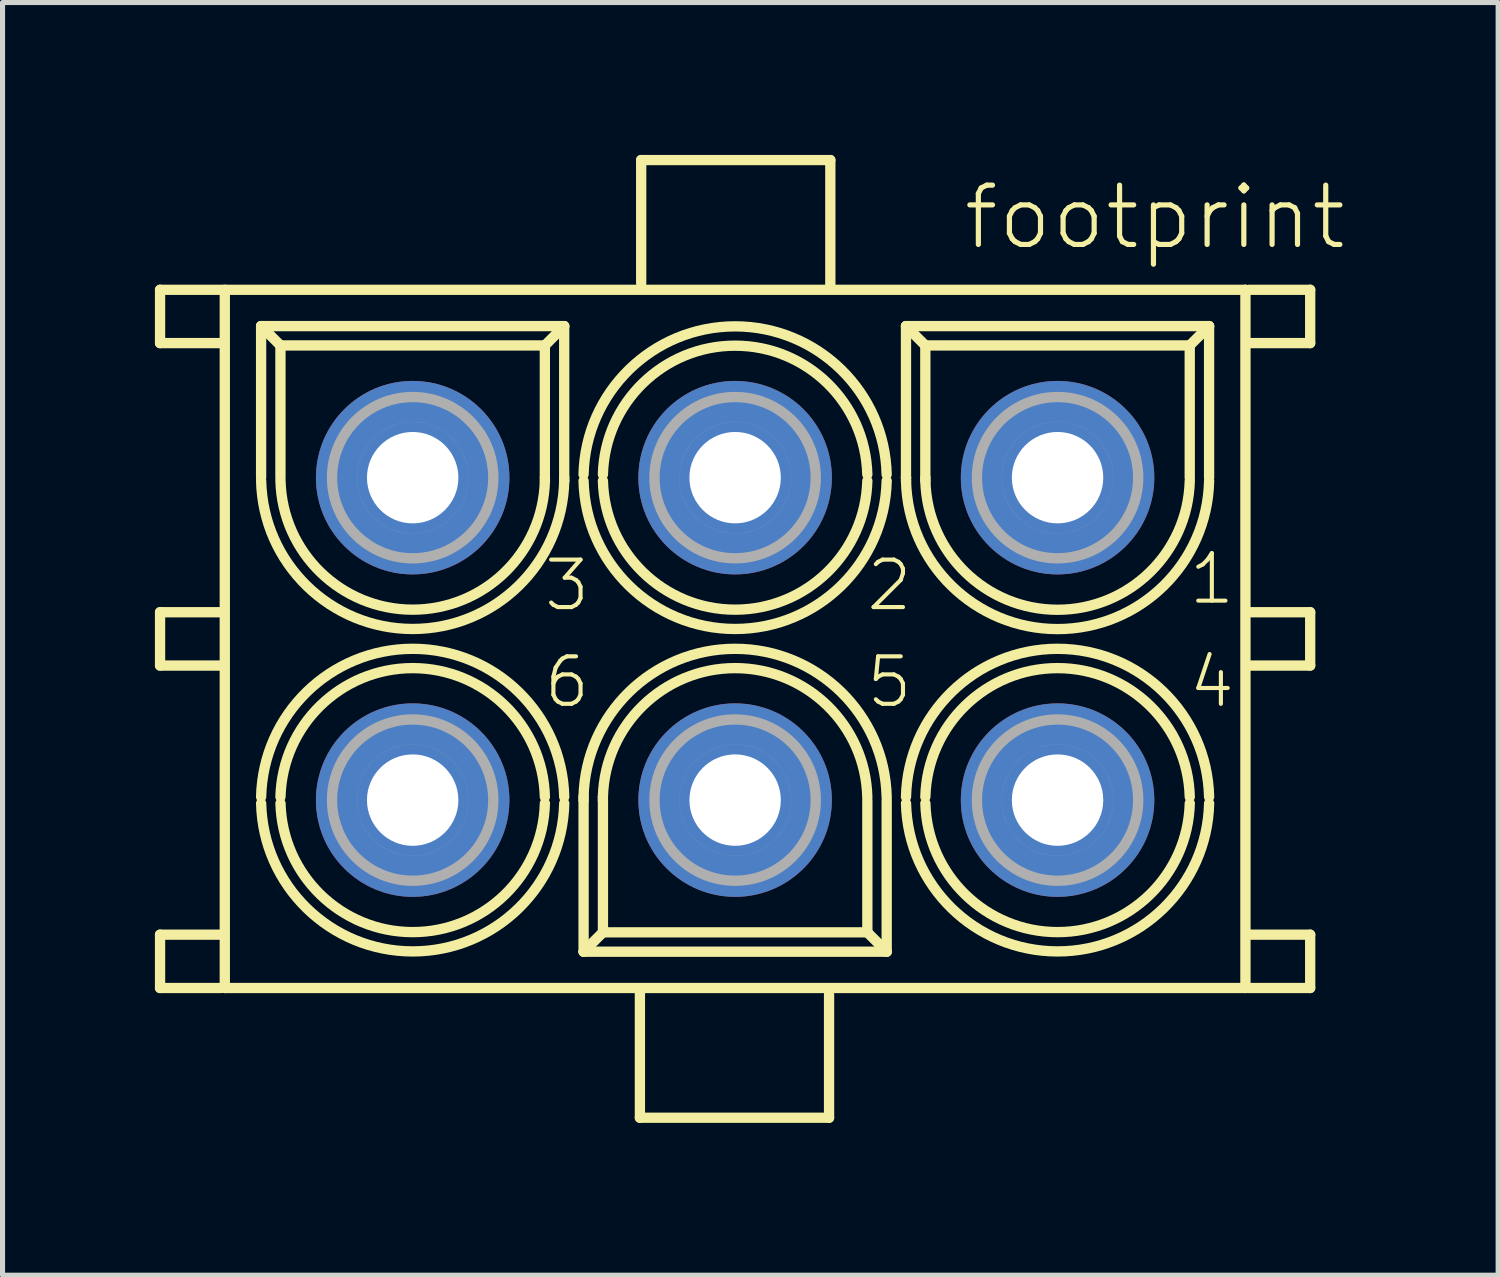
<source format=kicad_pcb>
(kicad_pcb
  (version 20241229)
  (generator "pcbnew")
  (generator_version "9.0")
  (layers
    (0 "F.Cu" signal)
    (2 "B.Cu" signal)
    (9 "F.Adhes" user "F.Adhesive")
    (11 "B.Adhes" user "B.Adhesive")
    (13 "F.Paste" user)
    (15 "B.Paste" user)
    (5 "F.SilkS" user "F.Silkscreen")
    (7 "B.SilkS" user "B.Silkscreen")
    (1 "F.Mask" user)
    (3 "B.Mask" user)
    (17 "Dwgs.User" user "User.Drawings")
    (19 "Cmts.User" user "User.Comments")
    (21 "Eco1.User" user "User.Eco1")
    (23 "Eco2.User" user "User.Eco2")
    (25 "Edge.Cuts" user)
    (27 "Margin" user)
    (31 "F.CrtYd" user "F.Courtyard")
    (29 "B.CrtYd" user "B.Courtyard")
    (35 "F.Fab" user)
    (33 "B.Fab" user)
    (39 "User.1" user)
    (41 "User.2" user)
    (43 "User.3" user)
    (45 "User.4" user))
  (footprint "footprint"
    (layer "F.Cu")
    (at 11.427 9.532)
    (property "Reference" "footprint" (at 4.445 -7.62 0) (layer "F.SilkS") (effects (font (size 1.168 1.168) (thickness 0.102)) (justify left bottom)))
    (fp_line (start -11.325 -6.875) (end -11.325 -5.825) (stroke (width 0.203) (type solid)) (layer "F.SilkS"))
    (fp_line (start -11.325 -5.825) (end -10.125 -5.825) (stroke (width 0.203) (type solid)) (layer "F.SilkS"))
    (fp_line (start -11.325 -0.525) (end -11.325 0.525) (stroke (width 0.203) (type solid)) (layer "F.SilkS"))
    (fp_line (start -11.325 0.525) (end -10.125 0.525) (stroke (width 0.203) (type solid)) (layer "F.SilkS"))
    (fp_line (start -11.325 5.825) (end -11.325 6.875) (stroke (width 0.203) (type solid)) (layer "F.SilkS"))
    (fp_line (start -11.325 6.875) (end -10.125 6.875) (stroke (width 0.203) (type solid)) (layer "F.SilkS"))
    (fp_line (start -10.1 -6.875) (end -11.325 -6.875) (stroke (width 0.203) (type solid)) (layer "F.SilkS"))
    (fp_line (start -10.1 -0.525) (end -11.325 -0.525) (stroke (width 0.203) (type solid)) (layer "F.SilkS"))
    (fp_line (start -10.1 5.825) (end -11.325 5.825) (stroke (width 0.203) (type solid)) (layer "F.SilkS"))
    (fp_line (start -10.05 -6.875) (end 10.05 -6.875) (stroke (width 0.203) (type solid)) (layer "F.SilkS"))
    (fp_line (start -10.05 6.875) (end -10.05 -6.875) (stroke (width 0.203) (type solid)) (layer "F.SilkS"))
    (fp_line (start -9.335 -6.16) (end -3.366 -6.16) (stroke (width 0.203) (type solid)) (layer "F.SilkS"))
    (fp_line (start -9.335 -3.175) (end -9.335 -6.16) (stroke (width 0.203) (type solid)) (layer "F.SilkS"))
    (fp_line (start -8.954 -5.779) (end -9.335 -6.16) (stroke (width 0.203) (type solid)) (layer "F.SilkS"))
    (fp_line (start -8.954 -5.779) (end -3.747 -5.779) (stroke (width 0.203) (type solid)) (layer "F.SilkS"))
    (fp_line (start -8.954 -3.175) (end -8.954 -5.779) (stroke (width 0.203) (type solid)) (layer "F.SilkS"))
    (fp_line (start -3.747 -5.779) (end -3.747 -3.175) (stroke (width 0.203) (type solid)) (layer "F.SilkS"))
    (fp_line (start -3.747 -5.779) (end -3.366 -6.16) (stroke (width 0.203) (type solid)) (layer "F.SilkS"))
    (fp_line (start -3.746 -3.175) (end -3.746 -3.111) (stroke (width 0.203) (type solid)) (layer "F.SilkS"))
    (fp_line (start -3.366 -6.16) (end -3.366 -3.175) (stroke (width 0.203) (type solid)) (layer "F.SilkS"))
    (fp_line (start -3.365 -3.175) (end -3.365 -3.111) (stroke (width 0.203) (type solid)) (layer "F.SilkS"))
    (fp_line (start -2.985 3.175) (end -2.985 3.111) (stroke (width 0.203) (type solid)) (layer "F.SilkS"))
    (fp_line (start -2.984 6.16) (end -2.984 3.175) (stroke (width 0.203) (type solid)) (layer "F.SilkS"))
    (fp_line (start -2.604 3.175) (end -2.604 3.111) (stroke (width 0.203) (type solid)) (layer "F.SilkS"))
    (fp_line (start -2.603 5.779) (end -2.984 6.16) (stroke (width 0.203) (type solid)) (layer "F.SilkS"))
    (fp_line (start -2.603 5.779) (end -2.603 3.175) (stroke (width 0.203) (type solid)) (layer "F.SilkS"))
    (fp_line (start -1.875 6.98) (end -1.875 9.43) (stroke (width 0.203) (type solid)) (layer "F.SilkS"))
    (fp_line (start -1.875 9.43) (end 1.85 9.43) (stroke (width 0.203) (type solid)) (layer "F.SilkS"))
    (fp_line (start -1.85 -9.43) (end -1.85 -7.005) (stroke (width 0.203) (type solid)) (layer "F.SilkS"))
    (fp_line (start 1.85 9.43) (end 1.85 7.005) (stroke (width 0.203) (type solid)) (layer "F.SilkS"))
    (fp_line (start 1.875 -9.43) (end -1.85 -9.43) (stroke (width 0.203) (type solid)) (layer "F.SilkS"))
    (fp_line (start 1.875 -6.98) (end 1.875 -9.43) (stroke (width 0.203) (type solid)) (layer "F.SilkS"))
    (fp_line (start 2.604 3.175) (end 2.604 5.779) (stroke (width 0.203) (type solid)) (layer "F.SilkS"))
    (fp_line (start 2.604 5.779) (end -2.603 5.779) (stroke (width 0.203) (type solid)) (layer "F.SilkS"))
    (fp_line (start 2.604 5.779) (end 2.985 6.16) (stroke (width 0.203) (type solid)) (layer "F.SilkS"))
    (fp_line (start 2.985 3.175) (end 2.985 6.16) (stroke (width 0.203) (type solid)) (layer "F.SilkS"))
    (fp_line (start 2.985 6.16) (end -2.984 6.16) (stroke (width 0.203) (type solid)) (layer "F.SilkS"))
    (fp_line (start 3.365 -6.16) (end 9.334 -6.16) (stroke (width 0.203) (type solid)) (layer "F.SilkS"))
    (fp_line (start 3.365 -3.175) (end 3.365 -6.16) (stroke (width 0.203) (type solid)) (layer "F.SilkS"))
    (fp_line (start 3.365 -3.175) (end 3.366 -3.175) (stroke (width 0.203) (type solid)) (layer "F.SilkS"))
    (fp_line (start 3.366 -3.111) (end 3.366 -3.175) (stroke (width 0.203) (type solid)) (layer "F.SilkS"))
    (fp_line (start 3.746 -5.779) (end 3.365 -6.16) (stroke (width 0.203) (type solid)) (layer "F.SilkS"))
    (fp_line (start 3.746 -5.779) (end 8.953 -5.779) (stroke (width 0.203) (type solid)) (layer "F.SilkS"))
    (fp_line (start 3.746 -3.175) (end 3.746 -5.779) (stroke (width 0.203) (type solid)) (layer "F.SilkS"))
    (fp_line (start 3.747 -3.111) (end 3.747 -3.175) (stroke (width 0.203) (type solid)) (layer "F.SilkS"))
    (fp_line (start 8.953 -5.779) (end 8.953 -3.175) (stroke (width 0.203) (type solid)) (layer "F.SilkS"))
    (fp_line (start 8.953 -5.779) (end 9.334 -6.16) (stroke (width 0.203) (type solid)) (layer "F.SilkS"))
    (fp_line (start 9.334 -6.16) (end 9.334 -3.175) (stroke (width 0.203) (type solid)) (layer "F.SilkS"))
    (fp_line (start 10.05 -6.875) (end 10.05 6.875) (stroke (width 0.203) (type solid)) (layer "F.SilkS"))
    (fp_line (start 10.05 6.875) (end -10.05 6.875) (stroke (width 0.203) (type solid)) (layer "F.SilkS"))
    (fp_line (start 10.1 -5.825) (end 11.325 -5.825) (stroke (width 0.203) (type solid)) (layer "F.SilkS"))
    (fp_line (start 10.1 0.525) (end 11.325 0.525) (stroke (width 0.203) (type solid)) (layer "F.SilkS"))
    (fp_line (start 10.1 6.875) (end 11.325 6.875) (stroke (width 0.203) (type solid)) (layer "F.SilkS"))
    (fp_line (start 11.325 -6.875) (end 10.125 -6.875) (stroke (width 0.203) (type solid)) (layer "F.SilkS"))
    (fp_line (start 11.325 -5.825) (end 11.325 -6.875) (stroke (width 0.203) (type solid)) (layer "F.SilkS"))
    (fp_line (start 11.325 -0.525) (end 10.125 -0.525) (stroke (width 0.203) (type solid)) (layer "F.SilkS"))
    (fp_line (start 11.325 0.525) (end 11.325 -0.525) (stroke (width 0.203) (type solid)) (layer "F.SilkS"))
    (fp_line (start 11.325 5.825) (end 10.125 5.825) (stroke (width 0.203) (type solid)) (layer "F.SilkS"))
    (fp_line (start 11.325 6.875) (end 11.325 5.825) (stroke (width 0.203) (type solid)) (layer "F.SilkS"))
    (fp_arc (start -9.3347 3.1114) (mid -6.3502 0.194907) (end -3.3657 3.1114) (stroke (width 0.2032) (type solid)) (layer "F.SilkS"))
    (fp_arc (start -8.9537 3.1114) (mid -6.350201 0.574914) (end -3.7467 3.111398) (stroke (width 0.2032) (type solid)) (layer "F.SilkS"))
    (fp_arc (start -3.7463 -3.1114) (mid -6.349799 -0.574914) (end -8.9533 -3.111398) (stroke (width 0.2032) (type solid)) (layer "F.SilkS"))
    (fp_arc (start -3.7463 3.2386) (mid -6.3498 5.775085) (end -8.9533 3.2386) (stroke (width 0.2032) (type solid)) (layer "F.SilkS"))
    (fp_arc (start -3.3653 -3.1114) (mid -6.3498 -0.194907) (end -9.3343 -3.1114) (stroke (width 0.2032) (type solid)) (layer "F.SilkS"))
    (fp_arc (start -3.3653 3.2386) (mid -6.349801 6.155092) (end -9.3343 3.238598) (stroke (width 0.2032) (type solid)) (layer "F.SilkS"))
    (fp_arc (start -2.9847 -3.2386) (mid -0.000199 -6.155092) (end 2.9843 -3.238598) (stroke (width 0.2032) (type solid)) (layer "F.SilkS"))
    (fp_arc (start -2.9847 3.1114) (mid -0.0002 0.194907) (end 2.9843 3.1114) (stroke (width 0.2032) (type solid)) (layer "F.SilkS"))
    (fp_arc (start -2.6037 -3.2386) (mid -0.0002 -5.775085) (end 2.6033 -3.2386) (stroke (width 0.2032) (type solid)) (layer "F.SilkS"))
    (fp_arc (start -2.6037 3.1114) (mid -0.000201 0.574914) (end 2.6033 3.111398) (stroke (width 0.2032) (type solid)) (layer "F.SilkS"))
    (fp_arc (start 2.6037 -3.1114) (mid 0.000201 -0.574914) (end -2.6033 -3.111398) (stroke (width 0.2032) (type solid)) (layer "F.SilkS"))
    (fp_arc (start 2.9847 -3.1114) (mid 0.0002 -0.194907) (end -2.9843 -3.1114) (stroke (width 0.2032) (type solid)) (layer "F.SilkS"))
    (fp_arc (start 3.3653 3.1114) (mid 6.3498 0.194907) (end 9.3343 3.1114) (stroke (width 0.2032) (type solid)) (layer "F.SilkS"))
    (fp_arc (start 3.7463 3.1114) (mid 6.349799 0.574914) (end 8.9533 3.111398) (stroke (width 0.2032) (type solid)) (layer "F.SilkS"))
    (fp_arc (start 8.9536 -3.1114) (mid 6.35015 -0.573114) (end 3.7467 -3.1114) (stroke (width 0.2032) (type solid)) (layer "F.SilkS"))
    (fp_arc (start 8.9537 3.2386) (mid 6.3502 5.775085) (end 3.7467 3.2386) (stroke (width 0.2032) (type solid)) (layer "F.SilkS"))
    (fp_arc (start 9.3346 -3.1114) (mid 6.35015 -0.195055) (end 3.3657 -3.1114) (stroke (width 0.2032) (type solid)) (layer "F.SilkS"))
    (fp_arc (start 9.3347 3.2386) (mid 6.350199 6.155092) (end 3.3657 3.238598) (stroke (width 0.2032) (type solid)) (layer "F.SilkS"))
    (fp_circle (center -6.35 -3.175) (end -5.252 -3.175) (stroke (width 0.001) (type solid)) (fill no) (layer "F.SilkS"))
    (fp_circle (center -6.35 3.175) (end -5.252 3.175) (stroke (width 0.001) (type solid)) (fill no) (layer "F.SilkS"))
    (fp_circle (center -6.35 3.175) (end -3.747 3.175) (stroke (width 0.001) (type solid)) (fill no) (layer "F.SilkS"))
    (fp_circle (center 0 -3.175) (end 1.099 -3.175) (stroke (width 0.001) (type solid)) (fill no) (layer "F.SilkS"))
    (fp_circle (center 0 -3.175) (end 2.603 -3.175) (stroke (width 0.001) (type solid)) (fill no) (layer "F.SilkS"))
    (fp_circle (center 0 3.175) (end 1.099 3.175) (stroke (width 0.001) (type solid)) (fill no) (layer "F.SilkS"))
    (fp_circle (center 6.35 -3.175) (end 7.449 -3.175) (stroke (width 0.001) (type solid)) (fill no) (layer "F.SilkS"))
    (fp_circle (center 6.35 3.175) (end 7.449 3.175) (stroke (width 0.001) (type solid)) (fill no) (layer "F.SilkS"))
    (fp_circle (center 6.35 3.175) (end 8.954 3.175) (stroke (width 0.001) (type solid)) (fill no) (layer "F.SilkS"))
    (fp_circle (center -6.35 -3.175) (end -4.762 -3.175) (stroke (width 0.203) (type solid)) (fill no) (layer "F.Fab"))
    (fp_circle (center -6.35 3.175) (end -4.762 3.175) (stroke (width 0.203) (type solid)) (fill no) (layer "F.Fab"))
    (fp_circle (center 0 -3.175) (end 1.588 -3.175) (stroke (width 0.203) (type solid)) (fill no) (layer "F.Fab"))
    (fp_circle (center 0 3.175) (end 1.588 3.175) (stroke (width 0.203) (type solid)) (fill no) (layer "F.Fab"))
    (fp_circle (center 6.35 -3.175) (end 7.938 -3.175) (stroke (width 0.203) (type solid)) (fill no) (layer "F.Fab"))
    (fp_circle (center 6.35 3.175) (end 7.938 3.175) (stroke (width 0.203) (type solid)) (fill no) (layer "F.Fab"))
    (fp_text user "5" (at 2.54 1.397 0) (layer "F.SilkS") (effects (font (size 0.935 0.935) (thickness 0.081)) (justify left bottom)))
    (fp_text user "1" (at 8.89 -0.635 0) (layer "F.SilkS") (effects (font (size 0.935 0.935) (thickness 0.081)) (justify left bottom)))
    (fp_text user "3" (at -3.81 -0.508 0) (layer "F.SilkS") (effects (font (size 0.935 0.935) (thickness 0.081)) (justify left bottom)))
    (fp_text user "2" (at 2.54 -0.508 0) (layer "F.SilkS") (effects (font (size 0.935 0.935) (thickness 0.081)) (justify left bottom)))
    (fp_text user "6" (at -3.81 1.397 0) (layer "F.SilkS") (effects (font (size 0.935 0.935) (thickness 0.081)) (justify left bottom)))
    (fp_text user "4" (at 8.89 1.397 0) (layer "F.SilkS") (effects (font (size 0.935 0.935) (thickness 0.081)) (justify left bottom)))
    (pad "1" thru_hole circle (at 6.35 -3.175 180) (size 3.81 3.81) (drill 1.8) (layers "*.Cu" "*.Mask"))
    (pad "2" thru_hole circle (at 0 -3.175 180) (size 3.81 3.81) (drill 1.8) (layers "*.Cu" "*.Mask"))
    (pad "3" thru_hole circle (at -6.35 -3.175 180) (size 3.81 3.81) (drill 1.8) (layers "*.Cu" "*.Mask"))
    (pad "4" thru_hole circle (at 6.35 3.175 180) (size 3.81 3.81) (drill 1.8) (layers "*.Cu" "*.Mask"))
    (pad "5" thru_hole circle (at 0 3.175) (size 3.81 3.81) (drill 1.8) (layers "*.Cu" "*.Mask"))
    (pad "6" thru_hole circle (at -6.35 3.175 180) (size 3.81 3.81) (drill 1.8) (layers "*.Cu" "*.Mask")))
  (gr_rect
    (start -3 -3)
    (end 26.454 22.063)
    (stroke (width 0.1) (type default))
    (fill no)
    (layer "Edge.Cuts")))
</source>
